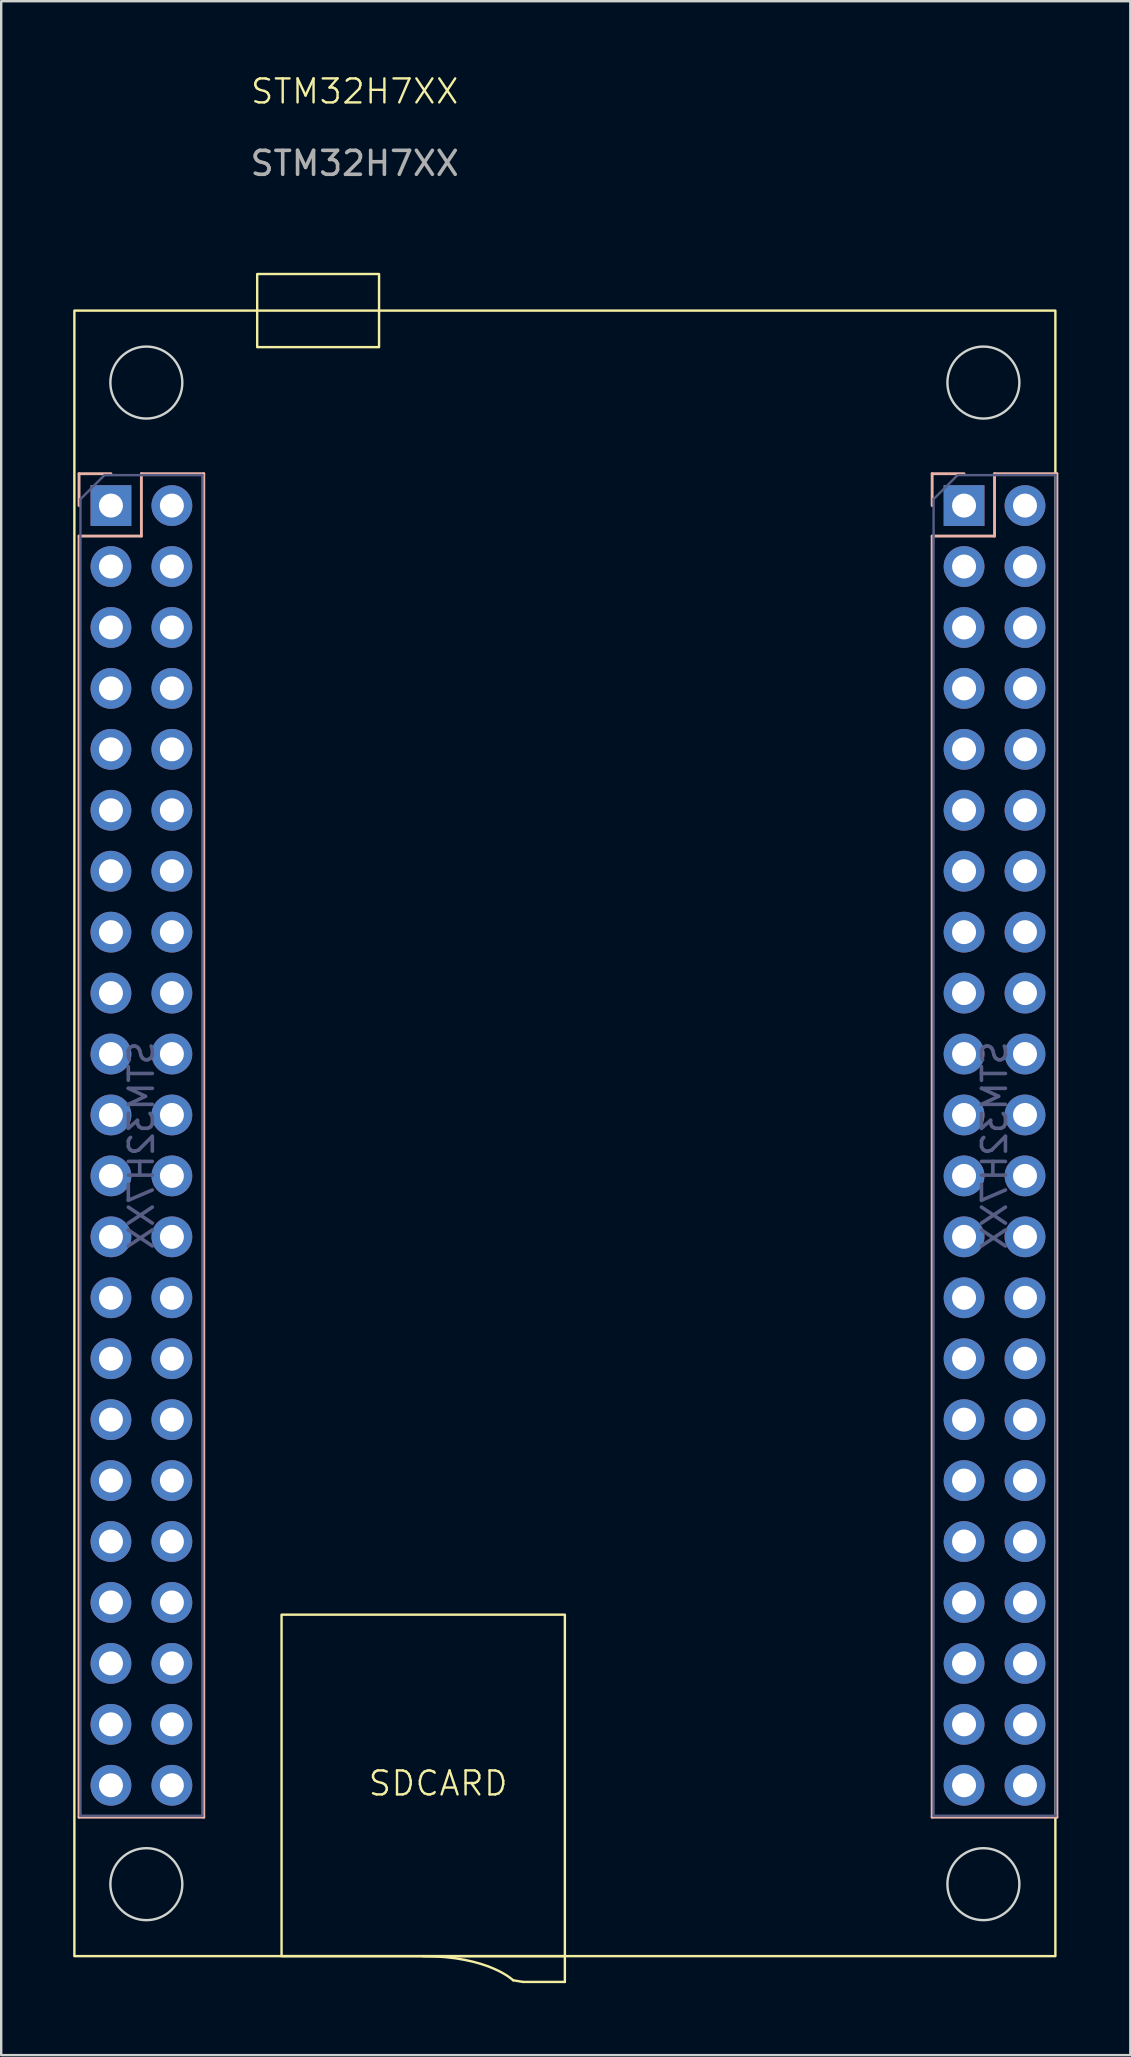
<source format=kicad_pcb>
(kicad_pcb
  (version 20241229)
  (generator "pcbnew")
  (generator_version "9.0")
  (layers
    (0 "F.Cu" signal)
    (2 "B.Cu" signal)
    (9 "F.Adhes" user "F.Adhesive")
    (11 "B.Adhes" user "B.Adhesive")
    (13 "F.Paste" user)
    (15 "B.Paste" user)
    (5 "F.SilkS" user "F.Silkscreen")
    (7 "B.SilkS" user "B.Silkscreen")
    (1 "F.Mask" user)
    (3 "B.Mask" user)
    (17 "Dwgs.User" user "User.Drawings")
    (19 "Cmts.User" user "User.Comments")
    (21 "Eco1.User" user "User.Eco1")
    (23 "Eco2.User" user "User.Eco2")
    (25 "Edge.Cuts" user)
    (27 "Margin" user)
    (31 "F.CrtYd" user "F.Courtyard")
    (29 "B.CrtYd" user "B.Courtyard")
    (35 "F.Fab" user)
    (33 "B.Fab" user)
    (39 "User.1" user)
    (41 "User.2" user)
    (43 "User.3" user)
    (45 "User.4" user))
  (footprint "STM32H7XX"
    (layer "F.Cu")
    (at 11.734 1.26)
    (property "Reference" "STM32H7XX" (at 0 -0.5 0) (unlocked yes) (layer "F.SilkS") (effects (font (size 1 1) (thickness 0.1))))
    (attr smd)
    (fp_line (start 7.018 78.301) (end 6.604 78.232) (stroke (width 0.1) (type default)) (layer "F.SilkS"))
    (fp_line (start 8.761 77.226) (end 8.761 78.301) (stroke (width 0.1) (type default)) (layer "F.SilkS"))
    (fp_line (start 8.761 78.301) (end 7.018 78.301) (stroke (width 0.1) (type default)) (layer "F.SilkS"))
    (fp_rect (start -11.684 8.636) (end 29.206 77.226) (stroke (width 0.1) (type solid)) (fill no) (layer "F.SilkS"))
    (fp_rect (start -4.064 7.112) (end 1.016 10.16) (stroke (width 0.1) (type default)) (fill no) (layer "F.SilkS"))
    (fp_rect (start -3.048 62.992) (end 8.761 77.226) (stroke (width 0.1) (type default)) (fill no) (layer "F.SilkS"))
    (fp_curve (pts (xy 2.857 77.226) (xy 5.588 77.226) (xy 6.604 78.232) (xy 6.604 78.232)) (stroke (width 0.1) (type default)) (layer "F.SilkS"))
    (fp_line (start -11.49 15.434) (end -11.49 16.764) (stroke (width 0.12) (type solid)) (layer "B.SilkS"))
    (fp_line (start -11.49 18.034) (end -11.49 71.434) (stroke (width 0.12) (type solid)) (layer "B.SilkS"))
    (fp_line (start -10.16 15.434) (end -11.49 15.434) (stroke (width 0.12) (type solid)) (layer "B.SilkS"))
    (fp_line (start -8.89 15.434) (end -8.89 18.034) (stroke (width 0.12) (type solid)) (layer "B.SilkS"))
    (fp_line (start -8.89 18.034) (end -11.49 18.034) (stroke (width 0.12) (type solid)) (layer "B.SilkS"))
    (fp_line (start -6.29 15.434) (end -8.89 15.434) (stroke (width 0.12) (type solid)) (layer "B.SilkS"))
    (fp_line (start -6.29 15.434) (end -6.29 71.434) (stroke (width 0.12) (type solid)) (layer "B.SilkS"))
    (fp_line (start -6.29 71.434) (end -11.49 71.434) (stroke (width 0.12) (type solid)) (layer "B.SilkS"))
    (fp_line (start 24.07 15.434) (end 24.07 16.764) (stroke (width 0.12) (type solid)) (layer "B.SilkS"))
    (fp_line (start 24.07 18.034) (end 24.07 71.434) (stroke (width 0.12) (type solid)) (layer "B.SilkS"))
    (fp_line (start 25.4 15.434) (end 24.07 15.434) (stroke (width 0.12) (type solid)) (layer "B.SilkS"))
    (fp_line (start 26.67 15.434) (end 26.67 18.034) (stroke (width 0.12) (type solid)) (layer "B.SilkS"))
    (fp_line (start 26.67 18.034) (end 24.07 18.034) (stroke (width 0.12) (type solid)) (layer "B.SilkS"))
    (fp_line (start 29.27 15.434) (end 26.67 15.434) (stroke (width 0.12) (type solid)) (layer "B.SilkS"))
    (fp_line (start 29.27 15.434) (end 29.27 71.434) (stroke (width 0.12) (type solid)) (layer "B.SilkS"))
    (fp_line (start 29.27 71.434) (end 24.07 71.434) (stroke (width 0.12) (type solid)) (layer "B.SilkS"))
    (fp_circle (center -8.684 11.636) (end -7.184 11.636) (stroke (width 0.1) (type solid)) (fill no) (layer "Edge.Cuts"))
    (fp_circle (center -8.684 74.226) (end -7.184 74.226) (stroke (width 0.1) (type solid)) (fill no) (layer "Edge.Cuts"))
    (fp_circle (center 26.206 11.636) (end 27.706 11.636) (stroke (width 0.1) (type solid)) (fill no) (layer "Edge.Cuts"))
    (fp_circle (center 26.206 74.226) (end 27.706 74.226) (stroke (width 0.1) (type solid)) (fill no) (layer "Edge.Cuts"))
    (fp_line (start -11.43 16.494) (end -11.43 71.374) (stroke (width 0.1) (type solid)) (layer "B.Fab"))
    (fp_line (start -11.43 71.374) (end -6.35 71.374) (stroke (width 0.1) (type solid)) (layer "B.Fab"))
    (fp_line (start -10.43 15.494) (end -11.43 16.494) (stroke (width 0.1) (type solid)) (layer "B.Fab"))
    (fp_line (start -6.35 15.494) (end -10.43 15.494) (stroke (width 0.1) (type solid)) (layer "B.Fab"))
    (fp_line (start -6.35 71.374) (end -6.35 15.494) (stroke (width 0.1) (type solid)) (layer "B.Fab"))
    (fp_line (start 24.13 16.494) (end 24.13 71.374) (stroke (width 0.1) (type solid)) (layer "B.Fab"))
    (fp_line (start 24.13 71.374) (end 29.21 71.374) (stroke (width 0.1) (type solid)) (layer "B.Fab"))
    (fp_line (start 25.13 15.494) (end 24.13 16.494) (stroke (width 0.1) (type solid)) (layer "B.Fab"))
    (fp_line (start 29.21 15.494) (end 25.13 15.494) (stroke (width 0.1) (type solid)) (layer "B.Fab"))
    (fp_line (start 29.21 71.374) (end 29.21 15.494) (stroke (width 0.1) (type solid)) (layer "B.Fab"))
    (fp_text user "SDCARD" (at 0.508 70.612 0) (unlocked yes) (layer "F.SilkS") (effects (font (size 1 1) (thickness 0.1)) (justify left bottom)))
    (fp_text user "${REFERENCE}" (at -8.89 43.434 270) (layer "B.Fab") (effects (font (size 1 1) (thickness 0.15)) (justify mirror)))
    (fp_text user "${REFERENCE}" (at 26.67 43.434 270) (layer "B.Fab") (effects (font (size 1 1) (thickness 0.15)) (justify mirror)))
    (fp_text user "${REFERENCE}" (at 0 2.5 0) (unlocked yes) (layer "F.Fab") (effects (font (size 1 1) (thickness 0.15))))
    (pad "1" thru_hole rect (at -10.16 16.764 180) (size 1.7 1.7) (drill 1) (layers "*.Cu" "*.Mask"))
    (pad "2" thru_hole circle (at -7.62 16.764 180) (size 1.7 1.7) (drill 1) (layers "*.Cu" "*.Mask"))
    (pad "3" thru_hole circle (at -10.16 19.304 180) (size 1.7 1.7) (drill 1) (layers "*.Cu" "*.Mask"))
    (pad "4" thru_hole circle (at -7.62 19.304 180) (size 1.7 1.7) (drill 1) (layers "*.Cu" "*.Mask"))
    (pad "5" thru_hole circle (at -10.16 21.844 180) (size 1.7 1.7) (drill 1) (layers "*.Cu" "*.Mask"))
    (pad "6" thru_hole circle (at -7.62 21.844 180) (size 1.7 1.7) (drill 1) (layers "*.Cu" "*.Mask"))
    (pad "7" thru_hole circle (at -10.16 24.384 180) (size 1.7 1.7) (drill 1) (layers "*.Cu" "*.Mask"))
    (pad "8" thru_hole circle (at -7.62 24.384 180) (size 1.7 1.7) (drill 1) (layers "*.Cu" "*.Mask"))
    (pad "9" thru_hole circle (at -10.16 26.924 180) (size 1.7 1.7) (drill 1) (layers "*.Cu" "*.Mask"))
    (pad "10" thru_hole circle (at -7.62 26.924 180) (size 1.7 1.7) (drill 1) (layers "*.Cu" "*.Mask"))
    (pad "11" thru_hole circle (at -10.16 29.464 180) (size 1.7 1.7) (drill 1) (layers "*.Cu" "*.Mask"))
    (pad "12" thru_hole circle (at -7.62 29.464 180) (size 1.7 1.7) (drill 1) (layers "*.Cu" "*.Mask"))
    (pad "13" thru_hole circle (at -10.16 32.004 180) (size 1.7 1.7) (drill 1) (layers "*.Cu" "*.Mask"))
    (pad "14" thru_hole circle (at -7.62 32.004 180) (size 1.7 1.7) (drill 1) (layers "*.Cu" "*.Mask"))
    (pad "15" thru_hole circle (at -10.16 34.544 180) (size 1.7 1.7) (drill 1) (layers "*.Cu" "*.Mask"))
    (pad "16" thru_hole circle (at -7.62 34.544 180) (size 1.7 1.7) (drill 1) (layers "*.Cu" "*.Mask"))
    (pad "17" thru_hole circle (at -10.16 37.084 180) (size 1.7 1.7) (drill 1) (layers "*.Cu" "*.Mask"))
    (pad "18" thru_hole circle (at -7.62 37.084 180) (size 1.7 1.7) (drill 1) (layers "*.Cu" "*.Mask"))
    (pad "19" thru_hole circle (at -10.16 39.624 180) (size 1.7 1.7) (drill 1) (layers "*.Cu" "*.Mask"))
    (pad "20" thru_hole circle (at -7.62 39.624 180) (size 1.7 1.7) (drill 1) (layers "*.Cu" "*.Mask"))
    (pad "21" thru_hole circle (at -10.16 42.164 180) (size 1.7 1.7) (drill 1) (layers "*.Cu" "*.Mask"))
    (pad "22" thru_hole circle (at -7.62 42.164 180) (size 1.7 1.7) (drill 1) (layers "*.Cu" "*.Mask"))
    (pad "23" thru_hole circle (at -10.16 44.704 180) (size 1.7 1.7) (drill 1) (layers "*.Cu" "*.Mask"))
    (pad "24" thru_hole circle (at -7.62 44.704 180) (size 1.7 1.7) (drill 1) (layers "*.Cu" "*.Mask"))
    (pad "25" thru_hole circle (at -10.16 47.244 180) (size 1.7 1.7) (drill 1) (layers "*.Cu" "*.Mask"))
    (pad "26" thru_hole circle (at -7.62 47.244 180) (size 1.7 1.7) (drill 1) (layers "*.Cu" "*.Mask"))
    (pad "27" thru_hole circle (at -10.16 49.784 180) (size 1.7 1.7) (drill 1) (layers "*.Cu" "*.Mask"))
    (pad "28" thru_hole circle (at -7.62 49.784 180) (size 1.7 1.7) (drill 1) (layers "*.Cu" "*.Mask"))
    (pad "29" thru_hole circle (at -10.16 52.324 180) (size 1.7 1.7) (drill 1) (layers "*.Cu" "*.Mask"))
    (pad "30" thru_hole circle (at -7.62 52.324 180) (size 1.7 1.7) (drill 1) (layers "*.Cu" "*.Mask"))
    (pad "31" thru_hole circle (at -10.16 54.864 180) (size 1.7 1.7) (drill 1) (layers "*.Cu" "*.Mask"))
    (pad "32" thru_hole circle (at -7.62 54.864 180) (size 1.7 1.7) (drill 1) (layers "*.Cu" "*.Mask"))
    (pad "33" thru_hole circle (at -10.16 57.404 180) (size 1.7 1.7) (drill 1) (layers "*.Cu" "*.Mask"))
    (pad "34" thru_hole circle (at -7.62 57.404 180) (size 1.7 1.7) (drill 1) (layers "*.Cu" "*.Mask"))
    (pad "35" thru_hole circle (at -10.16 59.944 180) (size 1.7 1.7) (drill 1) (layers "*.Cu" "*.Mask"))
    (pad "36" thru_hole circle (at -7.62 59.944 180) (size 1.7 1.7) (drill 1) (layers "*.Cu" "*.Mask"))
    (pad "37" thru_hole circle (at -10.16 62.484 180) (size 1.7 1.7) (drill 1) (layers "*.Cu" "*.Mask"))
    (pad "38" thru_hole circle (at -7.62 62.484 180) (size 1.7 1.7) (drill 1) (layers "*.Cu" "*.Mask"))
    (pad "39" thru_hole circle (at -10.16 65.024 180) (size 1.7 1.7) (drill 1) (layers "*.Cu" "*.Mask"))
    (pad "40" thru_hole circle (at -7.62 65.024 180) (size 1.7 1.7) (drill 1) (layers "*.Cu" "*.Mask"))
    (pad "41" thru_hole circle (at -10.16 67.564 180) (size 1.7 1.7) (drill 1) (layers "*.Cu" "*.Mask"))
    (pad "42" thru_hole circle (at -7.62 67.564 180) (size 1.7 1.7) (drill 1) (layers "*.Cu" "*.Mask"))
    (pad "43" thru_hole circle (at -10.16 70.104 180) (size 1.7 1.7) (drill 1) (layers "*.Cu" "*.Mask"))
    (pad "44" thru_hole circle (at -7.62 70.104 180) (size 1.7 1.7) (drill 1) (layers "*.Cu" "*.Mask"))
    (pad "45" thru_hole rect (at 25.4 16.764 180) (size 1.7 1.7) (drill 1) (layers "*.Cu" "*.Mask"))
    (pad "46" thru_hole circle (at 27.94 16.764 180) (size 1.7 1.7) (drill 1) (layers "*.Cu" "*.Mask"))
    (pad "47" thru_hole circle (at 25.4 19.304 180) (size 1.7 1.7) (drill 1) (layers "*.Cu" "*.Mask"))
    (pad "48" thru_hole circle (at 27.94 19.304 180) (size 1.7 1.7) (drill 1) (layers "*.Cu" "*.Mask"))
    (pad "49" thru_hole circle (at 25.4 21.844 180) (size 1.7 1.7) (drill 1) (layers "*.Cu" "*.Mask"))
    (pad "50" thru_hole circle (at 27.94 21.844 180) (size 1.7 1.7) (drill 1) (layers "*.Cu" "*.Mask"))
    (pad "51" thru_hole circle (at 25.4 24.384 180) (size 1.7 1.7) (drill 1) (layers "*.Cu" "*.Mask"))
    (pad "52" thru_hole circle (at 27.94 24.384 180) (size 1.7 1.7) (drill 1) (layers "*.Cu" "*.Mask"))
    (pad "53" thru_hole circle (at 25.4 26.924 180) (size 1.7 1.7) (drill 1) (layers "*.Cu" "*.Mask"))
    (pad "54" thru_hole circle (at 27.94 26.924 180) (size 1.7 1.7) (drill 1) (layers "*.Cu" "*.Mask"))
    (pad "55" thru_hole circle (at 25.4 29.464 180) (size 1.7 1.7) (drill 1) (layers "*.Cu" "*.Mask"))
    (pad "56" thru_hole circle (at 27.94 29.464 180) (size 1.7 1.7) (drill 1) (layers "*.Cu" "*.Mask"))
    (pad "57" thru_hole circle (at 25.4 32.004 180) (size 1.7 1.7) (drill 1) (layers "*.Cu" "*.Mask"))
    (pad "58" thru_hole circle (at 27.94 32.004 180) (size 1.7 1.7) (drill 1) (layers "*.Cu" "*.Mask"))
    (pad "59" thru_hole circle (at 25.4 34.544 180) (size 1.7 1.7) (drill 1) (layers "*.Cu" "*.Mask"))
    (pad "60" thru_hole circle (at 27.94 34.544 180) (size 1.7 1.7) (drill 1) (layers "*.Cu" "*.Mask"))
    (pad "61" thru_hole circle (at 25.4 37.084 180) (size 1.7 1.7) (drill 1) (layers "*.Cu" "*.Mask"))
    (pad "62" thru_hole circle (at 27.94 37.084 180) (size 1.7 1.7) (drill 1) (layers "*.Cu" "*.Mask"))
    (pad "63" thru_hole circle (at 25.4 39.624 180) (size 1.7 1.7) (drill 1) (layers "*.Cu" "*.Mask"))
    (pad "64" thru_hole circle (at 27.94 39.624 180) (size 1.7 1.7) (drill 1) (layers "*.Cu" "*.Mask"))
    (pad "65" thru_hole circle (at 25.4 42.164 180) (size 1.7 1.7) (drill 1) (layers "*.Cu" "*.Mask"))
    (pad "66" thru_hole circle (at 27.94 42.164 180) (size 1.7 1.7) (drill 1) (layers "*.Cu" "*.Mask"))
    (pad "67" thru_hole circle (at 25.4 44.704 180) (size 1.7 1.7) (drill 1) (layers "*.Cu" "*.Mask"))
    (pad "68" thru_hole circle (at 27.94 44.704 180) (size 1.7 1.7) (drill 1) (layers "*.Cu" "*.Mask"))
    (pad "69" thru_hole circle (at 25.4 47.244 180) (size 1.7 1.7) (drill 1) (layers "*.Cu" "*.Mask"))
    (pad "70" thru_hole circle (at 27.94 47.244 180) (size 1.7 1.7) (drill 1) (layers "*.Cu" "*.Mask"))
    (pad "71" thru_hole circle (at 25.4 49.784 180) (size 1.7 1.7) (drill 1) (layers "*.Cu" "*.Mask"))
    (pad "72" thru_hole circle (at 27.94 49.784 180) (size 1.7 1.7) (drill 1) (layers "*.Cu" "*.Mask"))
    (pad "73" thru_hole circle (at 25.4 52.324 180) (size 1.7 1.7) (drill 1) (layers "*.Cu" "*.Mask"))
    (pad "74" thru_hole circle (at 27.94 52.324 180) (size 1.7 1.7) (drill 1) (layers "*.Cu" "*.Mask"))
    (pad "75" thru_hole circle (at 25.4 54.864 180) (size 1.7 1.7) (drill 1) (layers "*.Cu" "*.Mask"))
    (pad "76" thru_hole circle (at 27.94 54.864 180) (size 1.7 1.7) (drill 1) (layers "*.Cu" "*.Mask"))
    (pad "77" thru_hole circle (at 25.4 57.404 180) (size 1.7 1.7) (drill 1) (layers "*.Cu" "*.Mask"))
    (pad "78" thru_hole circle (at 27.94 57.404 180) (size 1.7 1.7) (drill 1) (layers "*.Cu" "*.Mask"))
    (pad "79" thru_hole circle (at 25.4 59.944 180) (size 1.7 1.7) (drill 1) (layers "*.Cu" "*.Mask"))
    (pad "80" thru_hole circle (at 27.94 59.944 180) (size 1.7 1.7) (drill 1) (layers "*.Cu" "*.Mask"))
    (pad "81" thru_hole circle (at 25.4 62.484 180) (size 1.7 1.7) (drill 1) (layers "*.Cu" "*.Mask"))
    (pad "82" thru_hole circle (at 27.94 62.484 180) (size 1.7 1.7) (drill 1) (layers "*.Cu" "*.Mask"))
    (pad "83" thru_hole circle (at 25.4 65.024 180) (size 1.7 1.7) (drill 1) (layers "*.Cu" "*.Mask"))
    (pad "84" thru_hole circle (at 27.94 65.024 180) (size 1.7 1.7) (drill 1) (layers "*.Cu" "*.Mask"))
    (pad "85" thru_hole circle (at 25.4 67.564 180) (size 1.7 1.7) (drill 1) (layers "*.Cu" "*.Mask"))
    (pad "86" thru_hole circle (at 27.94 67.564 180) (size 1.7 1.7) (drill 1) (layers "*.Cu" "*.Mask"))
    (pad "87" thru_hole circle (at 25.4 70.104 180) (size 1.7 1.7) (drill 1) (layers "*.Cu" "*.Mask"))
    (pad "88" thru_hole circle (at 27.94 70.104 180) (size 1.7 1.7) (drill 1) (layers "*.Cu" "*.Mask")))
  (gr_rect
    (start -3 -3)
    (end 44.064 82.612)
    (stroke (width 0.1) (type default))
    (fill no)
    (layer "Edge.Cuts")))
</source>
